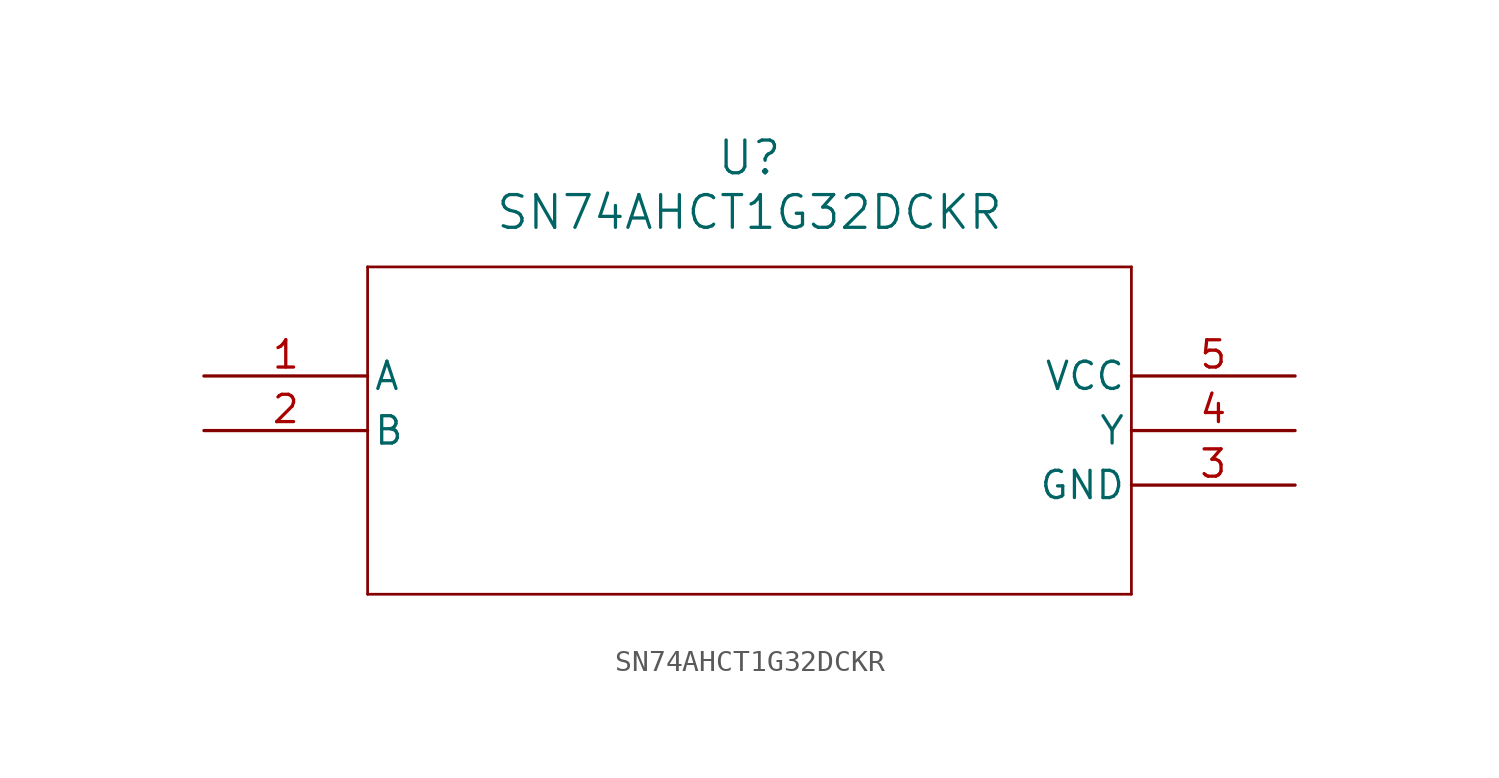
<source format=kicad_sym>
(kicad_symbol_lib
  (version 20211014)
  (generator kicad_symbol_editor)
  (symbol "SN74AHCT1G32DCKR"
    (pin_names
      (offset 0.254))
    (property "Reference" "U"
      (at 25.4 10.16 0)
      (effects (font (size 1.524 1.524))))
    (property "Value" "SN74AHCT1G32DCKR"
      (at 25.4 7.62 0)
      (effects (font (size 1.524 1.524))))
    (symbol "SN74AHCT1G32DCKR_0_1"
      (polyline (pts (xy 7.62 5.08) (xy 7.62 -10.16)) (stroke (width 0.127) (type default) (color 0 0 0 0)) (fill (type none)))
      (polyline (pts (xy 7.62 -10.16) (xy 43.18 -10.16)) (stroke (width 0.127) (type default) (color 0 0 0 0)) (fill (type none)))
      (polyline (pts (xy 43.18 -10.16) (xy 43.18 5.08)) (stroke (width 0.127) (type default) (color 0 0 0 0)) (fill (type none)))
      (polyline (pts (xy 43.18 5.08) (xy 7.62 5.08)) (stroke (width 0.127) (type default) (color 0 0 0 0)) (fill (type none)))
      (pin input line (at 0 0 0) (length 7.62) (name "A" (effects (font (size 1.27 1.27)))) (number "1" (effects (font (size 1.27 1.27)))))
      (pin input line (at 0 -2.54 0) (length 7.62) (name "B" (effects (font (size 1.27 1.27)))) (number "2" (effects (font (size 1.27 1.27)))))
      (pin power_in line (at 50.8 -5.08 180) (length 7.62) (name "GND" (effects (font (size 1.27 1.27)))) (number "3" (effects (font (size 1.27 1.27)))))
      (pin output line (at 50.8 -2.54 180) (length 7.62) (name "Y" (effects (font (size 1.27 1.27)))) (number "4" (effects (font (size 1.27 1.27)))))
      (pin power_in line (at 50.8 0 180) (length 7.62) (name "VCC" (effects (font (size 1.27 1.27)))) (number "5" (effects (font (size 1.27 1.27))))))))
</source>
